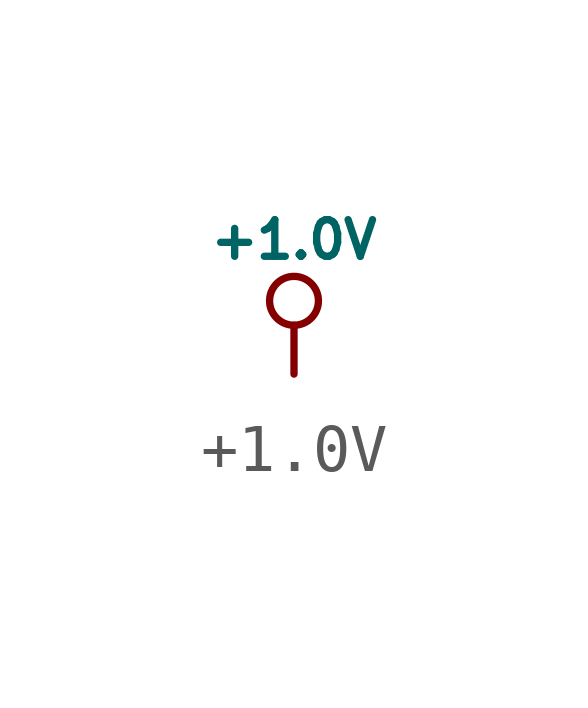
<source format=kicad_sym>
(kicad_symbol_lib
  (version 20220914)
  (generator kicad_symbol_editor)
  (symbol "+1.0V"
    (power)
    (pin_names
      (offset 0))
    (property "Reference" "#PWR"
      (at 0 -1.016 0)
      (effects (font (size 0.762 0.762)) hide))
    (property "Value" "+1.0V"
      (at 0 2.794 0)
      (effects (font (size 0.762 0.762))))
    (symbol "+1.0V_0_0"
      (pin power_in line (at 0 0 90) (length 0) hide (name "+1.0V" (effects (font (size 0.762 0.762)))) (number "1" (effects (font (size 0.762 0.762))))))
    (symbol "+1.0V_0_1"
      (polyline (pts (xy 0 0) (xy 0 1.016) (xy 0 1.016)) (stroke (width 0) (type solid)) (fill (type none)))
      (circle (center 0 1.524) (radius 0.508) (stroke (width 0) (type solid)) (fill (type none))))))
</source>
